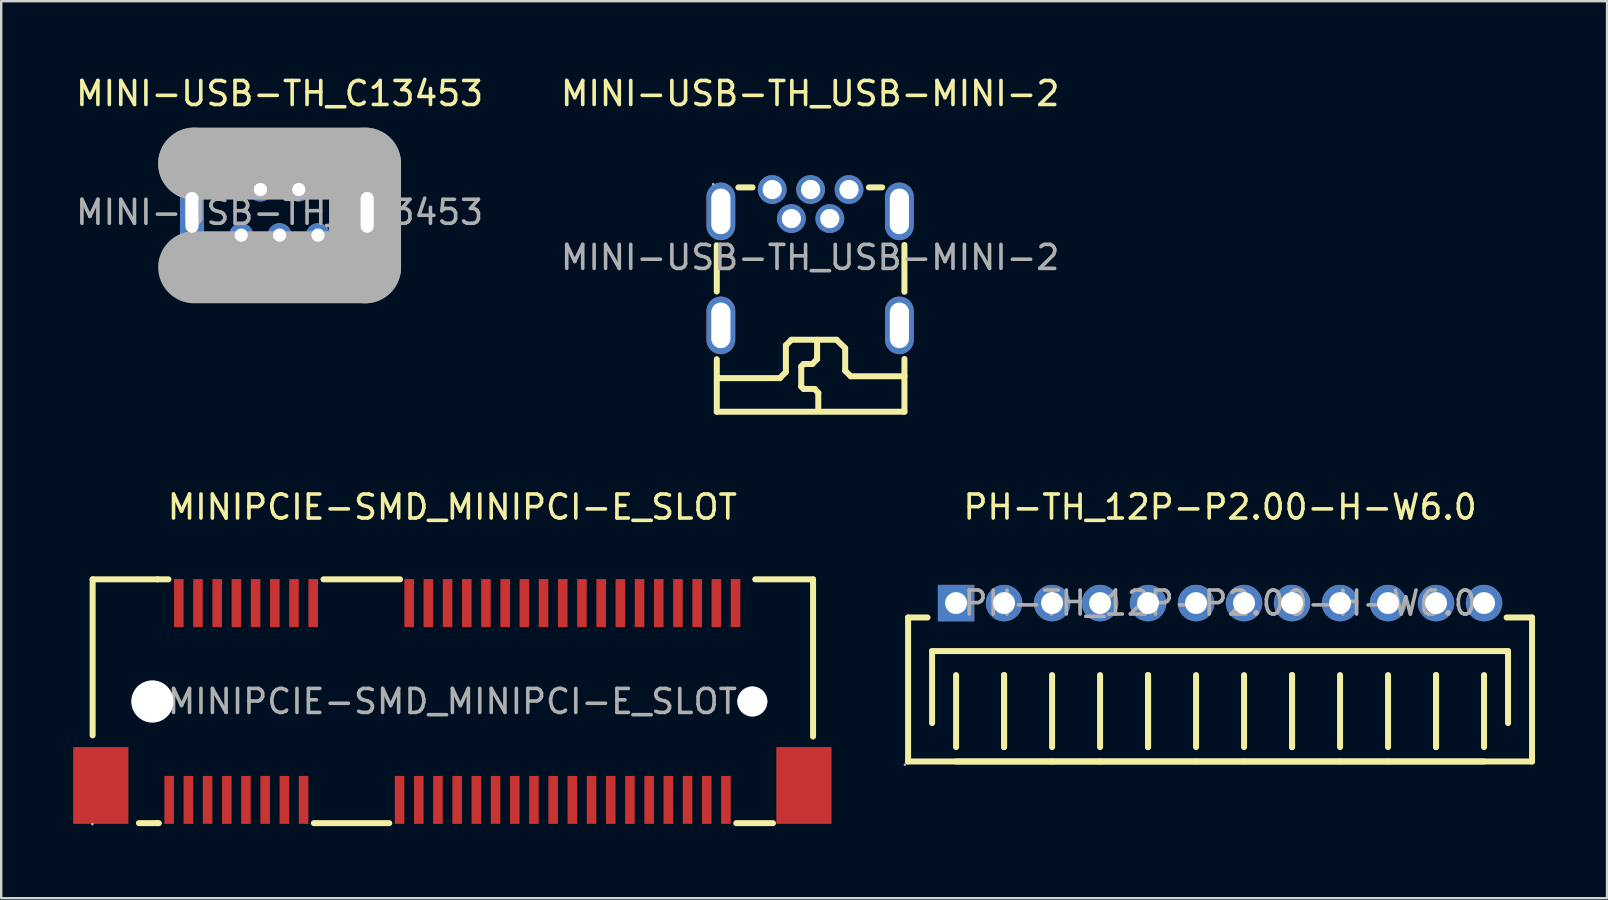
<source format=kicad_pcb>
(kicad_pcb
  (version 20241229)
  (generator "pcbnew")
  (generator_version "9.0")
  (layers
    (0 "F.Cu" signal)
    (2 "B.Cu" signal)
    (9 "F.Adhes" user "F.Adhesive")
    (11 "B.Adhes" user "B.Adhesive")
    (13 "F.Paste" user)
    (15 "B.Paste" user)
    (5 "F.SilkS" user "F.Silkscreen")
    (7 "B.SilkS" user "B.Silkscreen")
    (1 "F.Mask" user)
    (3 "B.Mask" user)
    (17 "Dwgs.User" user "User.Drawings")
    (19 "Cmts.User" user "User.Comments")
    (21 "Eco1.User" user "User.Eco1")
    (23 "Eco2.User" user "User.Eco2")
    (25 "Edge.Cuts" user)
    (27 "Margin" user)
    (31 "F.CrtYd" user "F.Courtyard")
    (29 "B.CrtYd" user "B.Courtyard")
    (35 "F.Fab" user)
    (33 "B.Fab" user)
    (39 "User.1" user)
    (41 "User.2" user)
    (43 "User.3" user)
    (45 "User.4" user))
  (footprint "PH-TH_12P-P2.00-H-W6.0"
    (layer "F.Cu")
    (at 47.79 22.081)
    (property "Reference" "PH-TH_12P-P2.00-H-W6.0" (at 0 -4 0) (layer "F.SilkS") (effects (font (size 1 1) (thickness 0.15))))
    (attr through_hole)
    (fp_line (start -13 0.6) (end -13 6.6) (stroke (width 0.25) (type solid)) (layer "F.SilkS"))
    (fp_line (start -13 0.6) (end -12.19 0.6) (stroke (width 0.25) (type solid)) (layer "F.SilkS"))
    (fp_line (start -13 6.6) (end -7 6.6) (stroke (width 0.25) (type solid)) (layer "F.SilkS"))
    (fp_line (start -12 2) (end 12 2) (stroke (width 0.25) (type solid)) (layer "F.SilkS"))
    (fp_line (start -12 5) (end -12 2) (stroke (width 0.25) (type solid)) (layer "F.SilkS"))
    (fp_line (start -11 3) (end -11 6) (stroke (width 0.25) (type solid)) (layer "F.SilkS"))
    (fp_line (start -11 6.6) (end -5 6.6) (stroke (width 0.25) (type solid)) (layer "F.SilkS"))
    (fp_line (start -9 3) (end -9 6) (stroke (width 0.25) (type solid)) (layer "F.SilkS"))
    (fp_line (start -9 6) (end -9 3) (stroke (width 0.25) (type solid)) (layer "F.SilkS"))
    (fp_line (start -7 6) (end -7 3) (stroke (width 0.25) (type solid)) (layer "F.SilkS"))
    (fp_line (start -7 6.6) (end -1 6.6) (stroke (width 0.25) (type solid)) (layer "F.SilkS"))
    (fp_line (start -5 3) (end -5 6) (stroke (width 0.25) (type solid)) (layer "F.SilkS"))
    (fp_line (start -5 6.6) (end 1 6.6) (stroke (width 0.25) (type solid)) (layer "F.SilkS"))
    (fp_line (start -3 3) (end -3 6) (stroke (width 0.25) (type solid)) (layer "F.SilkS"))
    (fp_line (start -3 6) (end -3 3) (stroke (width 0.25) (type solid)) (layer "F.SilkS"))
    (fp_line (start -1 6) (end -1 3) (stroke (width 0.25) (type solid)) (layer "F.SilkS"))
    (fp_line (start -1 6.6) (end 5 6.6) (stroke (width 0.25) (type solid)) (layer "F.SilkS"))
    (fp_line (start 1 3) (end 1 6) (stroke (width 0.25) (type solid)) (layer "F.SilkS"))
    (fp_line (start 1 6.6) (end 7 6.6) (stroke (width 0.25) (type solid)) (layer "F.SilkS"))
    (fp_line (start 3 3) (end 3 6) (stroke (width 0.25) (type solid)) (layer "F.SilkS"))
    (fp_line (start 3 6) (end 3 3) (stroke (width 0.25) (type solid)) (layer "F.SilkS"))
    (fp_line (start 5 6) (end 5 3) (stroke (width 0.25) (type solid)) (layer "F.SilkS"))
    (fp_line (start 5 6.6) (end 11 6.6) (stroke (width 0.25) (type solid)) (layer "F.SilkS"))
    (fp_line (start 7 3) (end 7 6) (stroke (width 0.25) (type solid)) (layer "F.SilkS"))
    (fp_line (start 7 6.6) (end 13 6.6) (stroke (width 0.25) (type solid)) (layer "F.SilkS"))
    (fp_line (start 9 3) (end 9 6) (stroke (width 0.25) (type solid)) (layer "F.SilkS"))
    (fp_line (start 9 6) (end 9 3) (stroke (width 0.25) (type solid)) (layer "F.SilkS"))
    (fp_line (start 11 6) (end 11 3) (stroke (width 0.25) (type solid)) (layer "F.SilkS"))
    (fp_line (start 12 2) (end 12 5) (stroke (width 0.25) (type solid)) (layer "F.SilkS"))
    (fp_line (start 13 0.6) (end 11.94 0.6) (stroke (width 0.25) (type solid)) (layer "F.SilkS"))
    (fp_line (start 13 0.6) (end 13 6.6) (stroke (width 0.25) (type solid)) (layer "F.SilkS"))
    (fp_circle (center -13.13 6.73) (end -13.1 6.73) (stroke (width 0.06) (type solid)) (fill no) (layer "F.Fab"))
    (fp_circle (center -11 0) (end -10.82 0) (stroke (width 0.36) (type solid)) (fill no) (layer "F.Fab"))
    (fp_circle (center -9 0) (end -8.82 0) (stroke (width 0.36) (type solid)) (fill no) (layer "F.Fab"))
    (fp_circle (center -7 0) (end -6.82 0) (stroke (width 0.36) (type solid)) (fill no) (layer "F.Fab"))
    (fp_circle (center -5 0) (end -4.82 0) (stroke (width 0.36) (type solid)) (fill no) (layer "F.Fab"))
    (fp_circle (center -3 0) (end -2.82 0) (stroke (width 0.36) (type solid)) (fill no) (layer "F.Fab"))
    (fp_circle (center -1 0) (end -0.82 0) (stroke (width 0.36) (type solid)) (fill no) (layer "F.Fab"))
    (fp_circle (center 1 0) (end 1.18 0) (stroke (width 0.36) (type solid)) (fill no) (layer "F.Fab"))
    (fp_circle (center 3 0) (end 3.18 0) (stroke (width 0.36) (type solid)) (fill no) (layer "F.Fab"))
    (fp_circle (center 5 0) (end 5.18 0) (stroke (width 0.36) (type solid)) (fill no) (layer "F.Fab"))
    (fp_circle (center 7 0) (end 7.18 0) (stroke (width 0.36) (type solid)) (fill no) (layer "F.Fab"))
    (fp_circle (center 9 0) (end 9.18 0) (stroke (width 0.36) (type solid)) (fill no) (layer "F.Fab"))
    (fp_circle (center 11 0) (end 11.18 0) (stroke (width 0.36) (type solid)) (fill no) (layer "F.Fab"))
    (fp_text user "${REFERENCE}" (at 0 0 0) (layer "F.Fab") (effects (font (size 1 1) (thickness 0.15))))
    (pad "1" thru_hole rect (at -11 0 180) (size 1.52 1.52) (drill 0.914) (layers "*.Cu" "*.Paste" "*.Mask"))
    (pad "2" thru_hole circle (at -9 0 180) (size 1.52 1.52) (drill 0.914) (layers "*.Cu" "*.Paste" "*.Mask"))
    (pad "3" thru_hole circle (at -7 0 180) (size 1.52 1.52) (drill 0.914) (layers "*.Cu" "*.Paste" "*.Mask"))
    (pad "4" thru_hole circle (at -5 0 180) (size 1.52 1.52) (drill 0.914) (layers "*.Cu" "*.Paste" "*.Mask"))
    (pad "5" thru_hole circle (at -3 0 180) (size 1.52 1.52) (drill 0.914) (layers "*.Cu" "*.Paste" "*.Mask"))
    (pad "6" thru_hole circle (at -1 0 180) (size 1.52 1.52) (drill 0.914) (layers "*.Cu" "*.Paste" "*.Mask"))
    (pad "7" thru_hole circle (at 1 0 180) (size 1.52 1.52) (drill 0.914) (layers "*.Cu" "*.Paste" "*.Mask"))
    (pad "8" thru_hole circle (at 3 0 180) (size 1.52 1.52) (drill 0.914) (layers "*.Cu" "*.Paste" "*.Mask"))
    (pad "9" thru_hole circle (at 5 0 180) (size 1.52 1.52) (drill 0.914) (layers "*.Cu" "*.Paste" "*.Mask"))
    (pad "10" thru_hole circle (at 7 0 180) (size 1.52 1.52) (drill 0.914) (layers "*.Cu" "*.Paste" "*.Mask"))
    (pad "11" thru_hole circle (at 9 0 180) (size 1.52 1.52) (drill 0.914) (layers "*.Cu" "*.Paste" "*.Mask"))
    (pad "12" thru_hole circle (at 11 0 180) (size 1.52 1.52) (drill 0.914) (layers "*.Cu" "*.Paste" "*.Mask")))
  (footprint "MINIPCIE-SMD_MINIPCI-E_SLOT"
    (layer "F.Cu")
    (at 15.8 26.181)
    (property "Reference" "MINIPCIE-SMD_MINIPCI-E_SLOT" (at 0 -8.1 0) (layer "F.SilkS") (effects (font (size 1 1) (thickness 0.15))))
    (attr through_hole)
    (fp_line (start -14.99 -5.09) (end -14.99 1.41) (stroke (width 0.25) (type solid)) (layer "F.SilkS"))
    (fp_line (start -13.06 5.07) (end -12.29 5.07) (stroke (width 0.25) (type solid)) (layer "F.SilkS"))
    (fp_line (start -12.29 -5.09) (end -14.99 -5.09) (stroke (width 0.25) (type solid)) (layer "F.SilkS"))
    (fp_line (start -12.29 -5.09) (end -11.83 -5.09) (stroke (width 0.25) (type solid)) (layer "F.SilkS"))
    (fp_line (start -12.29 5.07) (end -12.23 5.07) (stroke (width 0.25) (type solid)) (layer "F.SilkS"))
    (fp_line (start -5.77 5.07) (end -2.63 5.07) (stroke (width 0.25) (type solid)) (layer "F.SilkS"))
    (fp_line (start -5.37 -5.09) (end -2.18 -5.09) (stroke (width 0.25) (type solid)) (layer "F.SilkS"))
    (fp_line (start 11.83 5.07) (end 13.36 5.07) (stroke (width 0.25) (type solid)) (layer "F.SilkS"))
    (fp_line (start 12.62 -5.09) (end 15.03 -5.09) (stroke (width 0.25) (type solid)) (layer "F.SilkS"))
    (fp_line (start 15.03 -5.09) (end 15.03 1.46) (stroke (width 0.25) (type solid)) (layer "F.SilkS"))
    (fp_circle (center -12.5 0) (end -12.1 0) (stroke (width 0.8) (type solid)) (fill no) (layer "Cmts.User"))
    (fp_circle (center 12.5 0) (end 12.78 0) (stroke (width 0.55) (type solid)) (fill no) (layer "Cmts.User"))
    (fp_circle (center -15 5.11) (end -14.97 5.11) (stroke (width 0.06) (type solid)) (fill no) (layer "F.Fab"))
    (fp_text user "${REFERENCE}" (at 0 0 0) (layer "F.Fab") (effects (font (size 1 1) (thickness 0.15))))
    (pad "" thru_hole circle (at -12.5 0) (size 1.75 1.75) (drill 1.75) (layers "*.Cu" "*.Mask"))
    (pad "" thru_hole circle (at 12.5 0) (size 1.25 1.25) (drill 1.25) (layers "*.Cu" "*.Mask"))
    (pad "1" smd rect (at -11.8 4.1) (size 0.4 2) (layers "F.Cu" "F.Mask" "F.Paste"))
    (pad "2" smd rect (at -11.4 -4.1) (size 0.4 2) (layers "F.Cu" "F.Mask" "F.Paste"))
    (pad "3" smd rect (at -11 4.1) (size 0.4 2) (layers "F.Cu" "F.Mask" "F.Paste"))
    (pad "4" smd rect (at -10.6 -4.1) (size 0.4 2) (layers "F.Cu" "F.Mask" "F.Paste"))
    (pad "5" smd rect (at -10.2 4.1) (size 0.4 2) (layers "F.Cu" "F.Mask" "F.Paste"))
    (pad "6" smd rect (at -9.8 -4.1) (size 0.4 2) (layers "F.Cu" "F.Mask" "F.Paste"))
    (pad "7" smd rect (at -9.4 4.1) (size 0.4 2) (layers "F.Cu" "F.Mask" "F.Paste"))
    (pad "8" smd rect (at -9 -4.1) (size 0.4 2) (layers "F.Cu" "F.Mask" "F.Paste"))
    (pad "9" smd rect (at -8.6 4.1) (size 0.4 2) (layers "F.Cu" "F.Mask" "F.Paste"))
    (pad "10" smd rect (at -8.2 -4.1) (size 0.4 2) (layers "F.Cu" "F.Mask" "F.Paste"))
    (pad "11" smd rect (at -7.8 4.1) (size 0.4 2) (layers "F.Cu" "F.Mask" "F.Paste"))
    (pad "12" smd rect (at -7.4 -4.1) (size 0.4 2) (layers "F.Cu" "F.Mask" "F.Paste"))
    (pad "13" smd rect (at -7 4.1) (size 0.4 2) (layers "F.Cu" "F.Mask" "F.Paste"))
    (pad "14" smd rect (at -6.6 -4.1) (size 0.4 2) (layers "F.Cu" "F.Mask" "F.Paste"))
    (pad "15" smd rect (at -6.2 4.1) (size 0.4 2) (layers "F.Cu" "F.Mask" "F.Paste"))
    (pad "16" smd rect (at -5.8 -4.1) (size 0.4 2) (layers "F.Cu" "F.Mask" "F.Paste"))
    (pad "17" smd rect (at -2.2 4.1) (size 0.4 2) (layers "F.Cu" "F.Mask" "F.Paste"))
    (pad "18" smd rect (at -1.8 -4.1) (size 0.4 2) (layers "F.Cu" "F.Mask" "F.Paste"))
    (pad "19" smd rect (at -1.4 4.1) (size 0.4 2) (layers "F.Cu" "F.Mask" "F.Paste"))
    (pad "20" smd rect (at -1 -4.1) (size 0.4 2) (layers "F.Cu" "F.Mask" "F.Paste"))
    (pad "21" smd rect (at -0.6 4.1) (size 0.4 2) (layers "F.Cu" "F.Mask" "F.Paste"))
    (pad "22" smd rect (at -0.2 -4.1) (size 0.4 2) (layers "F.Cu" "F.Mask" "F.Paste"))
    (pad "23" smd rect (at 0.2 4.1) (size 0.4 2) (layers "F.Cu" "F.Mask" "F.Paste"))
    (pad "24" smd rect (at 0.6 -4.1) (size 0.4 2) (layers "F.Cu" "F.Mask" "F.Paste"))
    (pad "25" smd rect (at 1 4.1) (size 0.4 2) (layers "F.Cu" "F.Mask" "F.Paste"))
    (pad "26" smd rect (at 1.4 -4.1) (size 0.4 2) (layers "F.Cu" "F.Mask" "F.Paste"))
    (pad "27" smd rect (at 1.8 4.1) (size 0.4 2) (layers "F.Cu" "F.Mask" "F.Paste"))
    (pad "28" smd rect (at 2.2 -4.1) (size 0.4 2) (layers "F.Cu" "F.Mask" "F.Paste"))
    (pad "29" smd rect (at 2.6 4.1) (size 0.4 2) (layers "F.Cu" "F.Mask" "F.Paste"))
    (pad "30" smd rect (at 3 -4.1) (size 0.4 2) (layers "F.Cu" "F.Mask" "F.Paste"))
    (pad "31" smd rect (at 3.4 4.1) (size 0.4 2) (layers "F.Cu" "F.Mask" "F.Paste"))
    (pad "32" smd rect (at 3.8 -4.1) (size 0.4 2) (layers "F.Cu" "F.Mask" "F.Paste"))
    (pad "33" smd rect (at 4.2 4.1) (size 0.4 2) (layers "F.Cu" "F.Mask" "F.Paste"))
    (pad "34" smd rect (at 4.6 -4.1) (size 0.4 2) (layers "F.Cu" "F.Mask" "F.Paste"))
    (pad "35" smd rect (at 5 4.1) (size 0.4 2) (layers "F.Cu" "F.Mask" "F.Paste"))
    (pad "36" smd rect (at 5.4 -4.1) (size 0.4 2) (layers "F.Cu" "F.Mask" "F.Paste"))
    (pad "37" smd rect (at 5.8 4.1) (size 0.4 2) (layers "F.Cu" "F.Mask" "F.Paste"))
    (pad "38" smd rect (at 6.2 -4.1) (size 0.4 2) (layers "F.Cu" "F.Mask" "F.Paste"))
    (pad "39" smd rect (at 6.6 4.1) (size 0.4 2) (layers "F.Cu" "F.Mask" "F.Paste"))
    (pad "40" smd rect (at 7 -4.1) (size 0.4 2) (layers "F.Cu" "F.Mask" "F.Paste"))
    (pad "41" smd rect (at 7.4 4.1) (size 0.4 2) (layers "F.Cu" "F.Mask" "F.Paste"))
    (pad "42" smd rect (at 7.8 -4.1) (size 0.4 2) (layers "F.Cu" "F.Mask" "F.Paste"))
    (pad "43" smd rect (at 8.2 4.1) (size 0.4 2) (layers "F.Cu" "F.Mask" "F.Paste"))
    (pad "44" smd rect (at 8.6 -4.1) (size 0.4 2) (layers "F.Cu" "F.Mask" "F.Paste"))
    (pad "45" smd rect (at 9 4.1) (size 0.4 2) (layers "F.Cu" "F.Mask" "F.Paste"))
    (pad "46" smd rect (at 9.4 -4.1) (size 0.4 2) (layers "F.Cu" "F.Mask" "F.Paste"))
    (pad "47" smd rect (at 9.8 4.1) (size 0.4 2) (layers "F.Cu" "F.Mask" "F.Paste"))
    (pad "48" smd rect (at 10.2 -4.1) (size 0.4 2) (layers "F.Cu" "F.Mask" "F.Paste"))
    (pad "49" smd rect (at 10.6 4.1) (size 0.4 2) (layers "F.Cu" "F.Mask" "F.Paste"))
    (pad "50" smd rect (at 11 -4.1) (size 0.4 2) (layers "F.Cu" "F.Mask" "F.Paste"))
    (pad "51" smd rect (at 11.4 4.1) (size 0.4 2) (layers "F.Cu" "F.Mask" "F.Paste"))
    (pad "52" smd rect (at 11.8 -4.1) (size 0.4 2) (layers "F.Cu" "F.Mask" "F.Paste"))
    (pad "53" smd rect (at -14.65 3.5) (size 2.3 3.2) (layers "F.Cu" "F.Mask" "F.Paste"))
    (pad "54" smd rect (at 14.65 3.5) (size 2.3 3.2) (layers "F.Cu" "F.Mask" "F.Paste")))
  (footprint "MINI-USB-TH_C13453"
    (layer "F.Cu")
    (at 8.601 5.798)
    (property "Reference" "MINI-USB-TH_C13453" (at 0 -4.95 0) (layer "F.SilkS") (effects (font (size 1 1) (thickness 0.15))))
    (attr through_hole)
    (fp_line (start -3.56 -2.03) (end -3.56 -2.03) (stroke (width 3) (type solid)) (layer "F.Fab"))
    (fp_line (start -3.56 -2.03) (end 3.56 -2.03) (stroke (width 3) (type solid)) (layer "F.Fab"))
    (fp_line (start 3.56 -2.03) (end 3.56 2.29) (stroke (width 3) (type solid)) (layer "F.Fab"))
    (fp_line (start 3.56 2.29) (end -3.56 2.29) (stroke (width 3) (type solid)) (layer "F.Fab"))
    (fp_circle (center -4.15 2.41) (end -4.12 2.41) (stroke (width 0.06) (type solid)) (fill no) (layer "F.Fab"))
    (fp_circle (center -1.6 0.95) (end -1.51 0.95) (stroke (width 0.18) (type solid)) (fill no) (layer "F.Fab"))
    (fp_circle (center -0.8 -0.95) (end -0.71 -0.95) (stroke (width 0.18) (type solid)) (fill no) (layer "F.Fab"))
    (fp_circle (center 0 0.95) (end 0.09 0.95) (stroke (width 0.18) (type solid)) (fill no) (layer "F.Fab"))
    (fp_circle (center 0.8 -0.95) (end 0.89 -0.95) (stroke (width 0.18) (type solid)) (fill no) (layer "F.Fab"))
    (fp_circle (center 1.6 0.95) (end 1.69 0.95) (stroke (width 0.18) (type solid)) (fill no) (layer "F.Fab"))
    (fp_text user "${REFERENCE}" (at 0 0 0) (layer "F.Fab") (effects (font (size 1 1) (thickness 0.15))))
    (pad "1" thru_hole circle (at -1.6 0.95) (size 1 1) (drill 0.55) (layers "*.Cu" "*.Paste" "*.Mask"))
    (pad "2" thru_hole circle (at -0.8 -0.95) (size 1 1) (drill 0.55) (layers "*.Cu" "*.Paste" "*.Mask"))
    (pad "3" thru_hole circle (at 0 0.95) (size 1 1) (drill 0.55) (layers "*.Cu" "*.Paste" "*.Mask"))
    (pad "4" thru_hole circle (at 0.8 -0.95) (size 1 1) (drill 0.55) (layers "*.Cu" "*.Paste" "*.Mask"))
    (pad "5" thru_hole circle (at 1.6 0.95) (size 1 1) (drill 0.55) (layers "*.Cu" "*.Paste" "*.Mask"))
    (pad "6" thru_hole rect (at 3.65 0) (size 1 2) (drill oval 0.55 1.7) (layers "*.Cu" "*.Paste" "*.Mask"))
    (pad "7" thru_hole rect (at -3.65 0) (size 1 2) (drill oval 0.55 1.7) (layers "*.Cu" "*.Paste" "*.Mask")))
  (footprint "MINI-USB-TH_USB-MINI-2"
    (layer "F.Cu")
    (at 30.708 7.678)
    (property "Reference" "MINI-USB-TH_USB-MINI-2" (at 0 -6.83 0) (layer "F.SilkS") (effects (font (size 1 1) (thickness 0.15))))
    (attr through_hole)
    (fp_line (start -3.89 -0.51) (end -3.89 1.42) (stroke (width 0.25) (type solid)) (layer "F.SilkS"))
    (fp_line (start -3.89 4.24) (end -3.89 6.43) (stroke (width 0.25) (type solid)) (layer "F.SilkS"))
    (fp_line (start -3.89 6.43) (end 3.93 6.43) (stroke (width 0.25) (type solid)) (layer "F.SilkS"))
    (fp_line (start -3.85 5.03) (end -1.26 5.03) (stroke (width 0.25) (type solid)) (layer "F.SilkS"))
    (fp_line (start -2.99 -2.92) (end -2.4 -2.92) (stroke (width 0.25) (type solid)) (layer "F.SilkS"))
    (fp_line (start -1.26 5.03) (end -1.01 4.77) (stroke (width 0.25) (type solid)) (layer "F.SilkS"))
    (fp_line (start -1.01 3.66) (end -0.78 3.43) (stroke (width 0.25) (type solid)) (layer "F.SilkS"))
    (fp_line (start -1.01 4.77) (end -1.01 3.66) (stroke (width 0.25) (type solid)) (layer "F.SilkS"))
    (fp_line (start -0.78 3.43) (end 1.1 3.43) (stroke (width 0.25) (type solid)) (layer "F.SilkS"))
    (fp_line (start -0.37 4.54) (end -0.27 4.44) (stroke (width 0.25) (type solid)) (layer "F.SilkS"))
    (fp_line (start -0.37 5.38) (end -0.37 4.54) (stroke (width 0.25) (type solid)) (layer "F.SilkS"))
    (fp_line (start -0.27 4.44) (end 0.09 4.44) (stroke (width 0.25) (type solid)) (layer "F.SilkS"))
    (fp_line (start -0.27 5.48) (end -0.37 5.38) (stroke (width 0.25) (type solid)) (layer "F.SilkS"))
    (fp_line (start 0.09 4.44) (end 0.29 4.24) (stroke (width 0.25) (type solid)) (layer "F.SilkS"))
    (fp_line (start 0.19 5.48) (end -0.27 5.48) (stroke (width 0.25) (type solid)) (layer "F.SilkS"))
    (fp_line (start 0.29 4.16) (end 0.29 3.43) (stroke (width 0.25) (type solid)) (layer "F.SilkS"))
    (fp_line (start 0.29 4.24) (end 0.29 4.16) (stroke (width 0.25) (type solid)) (layer "F.SilkS"))
    (fp_line (start 0.34 5.64) (end 0.19 5.48) (stroke (width 0.25) (type solid)) (layer "F.SilkS"))
    (fp_line (start 0.34 6.27) (end 0.34 5.64) (stroke (width 0.25) (type solid)) (layer "F.SilkS"))
    (fp_line (start 1.1 3.43) (end 1.46 3.78) (stroke (width 0.25) (type solid)) (layer "F.SilkS"))
    (fp_line (start 1.46 3.78) (end 1.46 4.72) (stroke (width 0.25) (type solid)) (layer "F.SilkS"))
    (fp_line (start 1.46 4.72) (end 1.69 4.95) (stroke (width 0.25) (type solid)) (layer "F.SilkS"))
    (fp_line (start 1.69 4.95) (end 3.93 4.95) (stroke (width 0.25) (type solid)) (layer "F.SilkS"))
    (fp_line (start 2.45 -2.92) (end 3 -2.92) (stroke (width 0.25) (type solid)) (layer "F.SilkS"))
    (fp_line (start 3.93 -0.52) (end 3.93 1.43) (stroke (width 0.25) (type solid)) (layer "F.SilkS"))
    (fp_line (start 3.93 4.23) (end 3.93 6.43) (stroke (width 0.25) (type solid)) (layer "F.SilkS"))
    (fp_circle (center -4.04 -3.05) (end -4.01 -3.05) (stroke (width 0.06) (type solid)) (fill no) (layer "F.Fab"))
    (fp_circle (center -1.58 -2.83) (end -1.46 -2.83) (stroke (width 0.25) (type solid)) (fill no) (layer "F.Fab"))
    (fp_circle (center -0.78 -1.62) (end -0.66 -1.62) (stroke (width 0.25) (type solid)) (fill no) (layer "F.Fab"))
    (fp_circle (center 0.02 -2.83) (end 0.14 -2.83) (stroke (width 0.25) (type solid)) (fill no) (layer "F.Fab"))
    (fp_circle (center 0.82 -1.62) (end 0.94 -1.62) (stroke (width 0.25) (type solid)) (fill no) (layer "F.Fab"))
    (fp_circle (center 1.62 -2.83) (end 1.74 -2.83) (stroke (width 0.25) (type solid)) (fill no) (layer "F.Fab"))
    (fp_text user "${REFERENCE}" (at 0 0 0) (layer "F.Fab") (effects (font (size 1 1) (thickness 0.15))))
    (pad "0" thru_hole oval (at -3.72 -1.92 270) (size 2.4 1.2) (drill oval 1.9 0.8) (layers "*.Cu" "*.Paste" "*.Mask"))
    (pad "0" thru_hole oval (at -3.72 2.83 270) (size 2.4 1.2) (drill oval 1.9 0.8) (layers "*.Cu" "*.Paste" "*.Mask"))
    (pad "0" thru_hole oval (at 3.72 -1.92 270) (size 2.4 1.2) (drill oval 1.9 0.8) (layers "*.Cu" "*.Paste" "*.Mask"))
    (pad "0" thru_hole oval (at 3.72 2.83 270) (size 2.4 1.2) (drill oval 1.9 0.8) (layers "*.Cu" "*.Paste" "*.Mask"))
    (pad "1" thru_hole circle (at -1.58 -2.83 270) (size 1.2 1.2) (drill 0.8) (layers "*.Cu" "*.Paste" "*.Mask"))
    (pad "2" thru_hole circle (at -0.78 -1.62 270) (size 1.2 1.2) (drill 0.8) (layers "*.Cu" "*.Paste" "*.Mask"))
    (pad "3" thru_hole circle (at 0.02 -2.83 270) (size 1.2 1.2) (drill 0.8) (layers "*.Cu" "*.Paste" "*.Mask"))
    (pad "4" thru_hole circle (at 0.82 -1.62 270) (size 1.2 1.2) (drill 0.8) (layers "*.Cu" "*.Paste" "*.Mask"))
    (pad "5" thru_hole circle (at 1.62 -2.83 270) (size 1.2 1.2) (drill 0.8) (layers "*.Cu" "*.Paste" "*.Mask")))
  (gr_rect
    (start -3 -3)
    (end 63.915 34.377)
    (stroke (width 0.1) (type default))
    (fill no)
    (layer "Edge.Cuts")))
</source>
